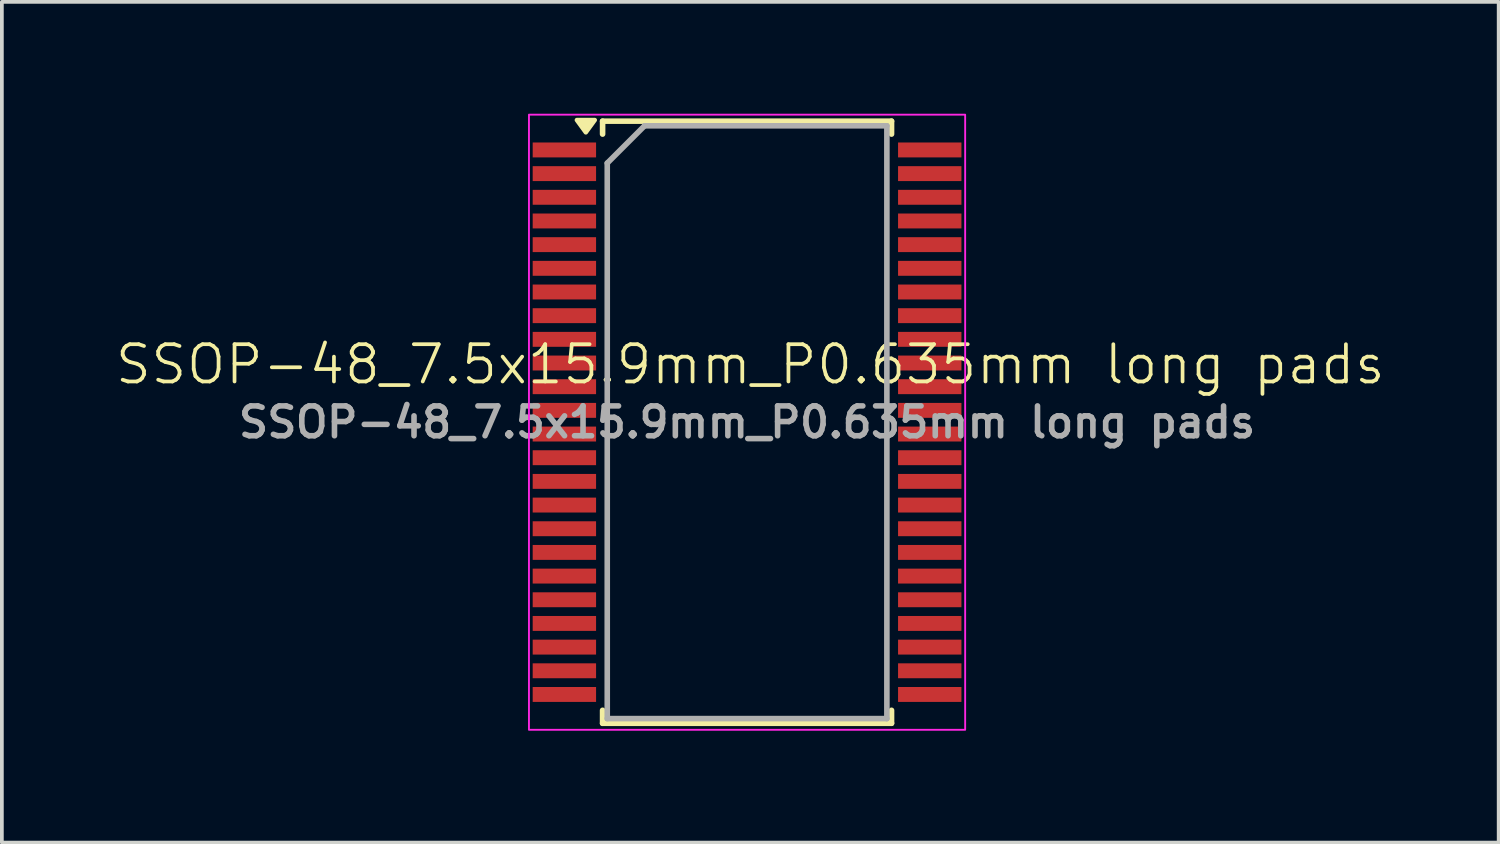
<source format=kicad_pcb>
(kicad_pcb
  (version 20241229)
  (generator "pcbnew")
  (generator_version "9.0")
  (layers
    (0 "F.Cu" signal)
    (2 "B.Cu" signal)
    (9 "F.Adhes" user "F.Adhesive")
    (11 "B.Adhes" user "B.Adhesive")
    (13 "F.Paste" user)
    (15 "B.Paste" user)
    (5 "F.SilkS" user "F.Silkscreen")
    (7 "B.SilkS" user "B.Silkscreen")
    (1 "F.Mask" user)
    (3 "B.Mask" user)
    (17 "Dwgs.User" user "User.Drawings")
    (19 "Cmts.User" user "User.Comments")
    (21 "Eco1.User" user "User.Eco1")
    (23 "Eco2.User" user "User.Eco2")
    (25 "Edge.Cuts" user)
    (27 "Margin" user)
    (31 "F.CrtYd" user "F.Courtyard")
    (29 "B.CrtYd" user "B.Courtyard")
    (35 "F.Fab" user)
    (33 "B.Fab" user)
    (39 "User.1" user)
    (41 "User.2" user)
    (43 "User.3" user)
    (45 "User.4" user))
  (footprint "SSOP-48_7.5x15.9mm_P0.635mm long pads"
    (layer "F.Cu")
    (at 16.926 7.975)
    (property "Reference" "SSOP-48_7.5x15.9mm_P0.635mm long pads" (at 0.148 -1.25 0) (unlocked yes) (layer "F.SilkS") (effects (font (size 1 1) (thickness 0.1))))
    (attr smd)
    (fp_line (start -3.813 -7.775) (end -3.813 -7.428) (stroke (width 0.15) (type solid)) (layer "F.SilkS"))
    (fp_line (start -3.813 -7.775) (end 3.937 -7.775) (stroke (width 0.15) (type solid)) (layer "F.SilkS"))
    (fp_line (start -3.813 8.375) (end -3.813 8.027) (stroke (width 0.15) (type solid)) (layer "F.SilkS"))
    (fp_line (start -3.813 8.375) (end 3.937 8.375) (stroke (width 0.15) (type solid)) (layer "F.SilkS"))
    (fp_line (start 3.937 -7.775) (end 3.937 -7.428) (stroke (width 0.15) (type solid)) (layer "F.SilkS"))
    (fp_line (start 3.937 8.375) (end 3.937 8.027) (stroke (width 0.15) (type solid)) (layer "F.SilkS"))
    (fp_poly (pts (xy -4.263 -7.475) (xy -4.503 -7.805) (xy -4.023 -7.805) (xy -4.263 -7.475)) (stroke (width 0.12) (type solid)) (fill yes) (layer "F.SilkS"))
    (fp_rect (start -5.788 -7.95) (end 5.912 8.55) (stroke (width 0.05) (type default)) (fill no) (layer "F.CrtYd"))
    (fp_line (start -3.688 -6.65) (end -2.688 -7.65) (stroke (width 0.15) (type solid)) (layer "F.Fab"))
    (fp_line (start -3.688 8.25) (end -3.688 -6.65) (stroke (width 0.15) (type solid)) (layer "F.Fab"))
    (fp_line (start -2.688 -7.65) (end 3.812 -7.65) (stroke (width 0.15) (type solid)) (layer "F.Fab"))
    (fp_line (start 3.812 -7.65) (end 3.812 8.25) (stroke (width 0.15) (type solid)) (layer "F.Fab"))
    (fp_line (start 3.812 8.25) (end -3.688 8.25) (stroke (width 0.15) (type solid)) (layer "F.Fab"))
    (fp_text user "${REFERENCE}" (at 0.062 0.3 0) (layer "F.Fab") (effects (font (size 0.8 0.8) (thickness 0.15))))
    (pad "1" smd rect (at -4.838 -7.003) (size 1.7 0.4) (layers "F.Cu" "F.Mask" "F.Paste"))
    (pad "2" smd rect (at -4.838 -6.368) (size 1.7 0.4) (layers "F.Cu" "F.Mask" "F.Paste"))
    (pad "3" smd rect (at -4.838 -5.733) (size 1.7 0.4) (layers "F.Cu" "F.Mask" "F.Paste"))
    (pad "4" smd rect (at -4.838 -5.098) (size 1.7 0.4) (layers "F.Cu" "F.Mask" "F.Paste"))
    (pad "5" smd rect (at -4.838 -4.463) (size 1.7 0.4) (layers "F.Cu" "F.Mask" "F.Paste"))
    (pad "6" smd rect (at -4.838 -3.828) (size 1.7 0.4) (layers "F.Cu" "F.Mask" "F.Paste"))
    (pad "7" smd rect (at -4.838 -3.193) (size 1.7 0.4) (layers "F.Cu" "F.Mask" "F.Paste"))
    (pad "8" smd rect (at -4.838 -2.558) (size 1.7 0.4) (layers "F.Cu" "F.Mask" "F.Paste"))
    (pad "9" smd rect (at -4.838 -1.923) (size 1.7 0.4) (layers "F.Cu" "F.Mask" "F.Paste"))
    (pad "10" smd rect (at -4.838 -1.288) (size 1.7 0.4) (layers "F.Cu" "F.Mask" "F.Paste"))
    (pad "11" smd rect (at -4.838 -0.653) (size 1.7 0.4) (layers "F.Cu" "F.Mask" "F.Paste"))
    (pad "12" smd rect (at -4.838 -0.018) (size 1.7 0.4) (layers "F.Cu" "F.Mask" "F.Paste"))
    (pad "13" smd rect (at -4.838 0.617) (size 1.7 0.4) (layers "F.Cu" "F.Mask" "F.Paste"))
    (pad "14" smd rect (at -4.838 1.252) (size 1.7 0.4) (layers "F.Cu" "F.Mask" "F.Paste"))
    (pad "15" smd rect (at -4.838 1.887) (size 1.7 0.4) (layers "F.Cu" "F.Mask" "F.Paste"))
    (pad "16" smd rect (at -4.838 2.522) (size 1.7 0.4) (layers "F.Cu" "F.Mask" "F.Paste"))
    (pad "17" smd rect (at -4.838 3.157) (size 1.7 0.4) (layers "F.Cu" "F.Mask" "F.Paste"))
    (pad "18" smd rect (at -4.838 3.792) (size 1.7 0.4) (layers "F.Cu" "F.Mask" "F.Paste"))
    (pad "19" smd rect (at -4.838 4.427) (size 1.7 0.4) (layers "F.Cu" "F.Mask" "F.Paste"))
    (pad "20" smd rect (at -4.838 5.062) (size 1.7 0.4) (layers "F.Cu" "F.Mask" "F.Paste"))
    (pad "21" smd rect (at -4.838 5.697) (size 1.7 0.4) (layers "F.Cu" "F.Mask" "F.Paste"))
    (pad "22" smd rect (at -4.838 6.332) (size 1.7 0.4) (layers "F.Cu" "F.Mask" "F.Paste"))
    (pad "23" smd rect (at -4.838 6.967) (size 1.7 0.4) (layers "F.Cu" "F.Mask" "F.Paste"))
    (pad "24" smd rect (at -4.838 7.602) (size 1.7 0.4) (layers "F.Cu" "F.Mask" "F.Paste"))
    (pad "25" smd rect (at 4.962 7.602) (size 1.7 0.4) (layers "F.Cu" "F.Mask" "F.Paste"))
    (pad "26" smd rect (at 4.962 6.967) (size 1.7 0.4) (layers "F.Cu" "F.Mask" "F.Paste"))
    (pad "27" smd rect (at 4.962 6.332) (size 1.7 0.4) (layers "F.Cu" "F.Mask" "F.Paste"))
    (pad "28" smd rect (at 4.962 5.697) (size 1.7 0.4) (layers "F.Cu" "F.Mask" "F.Paste"))
    (pad "29" smd rect (at 4.962 5.062) (size 1.7 0.4) (layers "F.Cu" "F.Mask" "F.Paste"))
    (pad "30" smd rect (at 4.962 4.427) (size 1.7 0.4) (layers "F.Cu" "F.Mask" "F.Paste"))
    (pad "31" smd rect (at 4.962 3.792) (size 1.7 0.4) (layers "F.Cu" "F.Mask" "F.Paste"))
    (pad "32" smd rect (at 4.962 3.157) (size 1.7 0.4) (layers "F.Cu" "F.Mask" "F.Paste"))
    (pad "33" smd rect (at 4.962 2.522) (size 1.7 0.4) (layers "F.Cu" "F.Mask" "F.Paste"))
    (pad "34" smd rect (at 4.962 1.887) (size 1.7 0.4) (layers "F.Cu" "F.Mask" "F.Paste"))
    (pad "35" smd rect (at 4.962 1.252) (size 1.7 0.4) (layers "F.Cu" "F.Mask" "F.Paste"))
    (pad "36" smd rect (at 4.962 0.617) (size 1.7 0.4) (layers "F.Cu" "F.Mask" "F.Paste"))
    (pad "37" smd rect (at 4.962 -0.018) (size 1.7 0.4) (layers "F.Cu" "F.Mask" "F.Paste"))
    (pad "38" smd rect (at 4.962 -0.653) (size 1.7 0.4) (layers "F.Cu" "F.Mask" "F.Paste"))
    (pad "39" smd rect (at 4.962 -1.288) (size 1.7 0.4) (layers "F.Cu" "F.Mask" "F.Paste"))
    (pad "40" smd rect (at 4.962 -1.923) (size 1.7 0.4) (layers "F.Cu" "F.Mask" "F.Paste"))
    (pad "41" smd rect (at 4.962 -2.558) (size 1.7 0.4) (layers "F.Cu" "F.Mask" "F.Paste"))
    (pad "42" smd rect (at 4.962 -3.193) (size 1.7 0.4) (layers "F.Cu" "F.Mask" "F.Paste"))
    (pad "43" smd rect (at 4.962 -3.828) (size 1.7 0.4) (layers "F.Cu" "F.Mask" "F.Paste"))
    (pad "44" smd rect (at 4.962 -4.463) (size 1.7 0.4) (layers "F.Cu" "F.Mask" "F.Paste"))
    (pad "45" smd rect (at 4.962 -5.098) (size 1.7 0.4) (layers "F.Cu" "F.Mask" "F.Paste"))
    (pad "46" smd rect (at 4.962 -5.733) (size 1.7 0.4) (layers "F.Cu" "F.Mask" "F.Paste"))
    (pad "47" smd rect (at 4.962 -6.368) (size 1.7 0.4) (layers "F.Cu" "F.Mask" "F.Paste"))
    (pad "48" smd rect (at 4.962 -7.003) (size 1.7 0.4) (layers "F.Cu" "F.Mask" "F.Paste")))
  (gr_rect
    (start -3 -3)
    (end 37.148 19.55)
    (stroke (width 0.1) (type default))
    (fill no)
    (layer "Edge.Cuts")))
</source>
